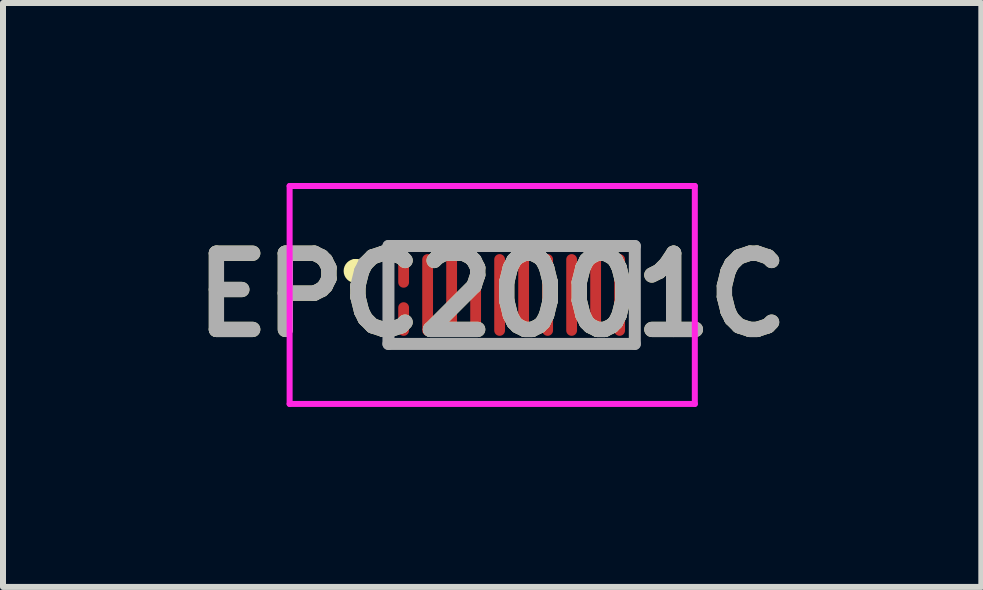
<source format=kicad_pcb>
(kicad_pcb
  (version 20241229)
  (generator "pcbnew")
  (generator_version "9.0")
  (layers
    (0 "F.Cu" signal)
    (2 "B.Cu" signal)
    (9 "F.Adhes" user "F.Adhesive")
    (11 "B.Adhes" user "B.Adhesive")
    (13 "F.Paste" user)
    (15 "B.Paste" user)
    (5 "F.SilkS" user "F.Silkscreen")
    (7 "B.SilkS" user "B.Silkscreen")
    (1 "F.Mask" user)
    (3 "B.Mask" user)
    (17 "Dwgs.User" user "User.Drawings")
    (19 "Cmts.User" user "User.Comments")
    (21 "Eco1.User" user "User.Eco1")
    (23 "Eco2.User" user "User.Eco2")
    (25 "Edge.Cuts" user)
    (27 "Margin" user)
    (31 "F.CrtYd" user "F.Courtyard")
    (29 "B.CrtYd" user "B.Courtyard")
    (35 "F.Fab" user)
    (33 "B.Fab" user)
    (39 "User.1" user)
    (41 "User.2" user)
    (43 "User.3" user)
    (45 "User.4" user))
  (footprint "EPC2001C"
    (layer "F.Cu")
    (at 5.477 1.866)
    (property "Reference" "EPC2001C" (at -0.324 0 0) (layer "F.SilkS") (effects (font (size 1.27 1.27) (thickness 0.254))))
    (attr smd)
    (fp_line (start -2.6 -0.5) (end -2.6 -0.5) (stroke (width 0.2) (type solid)) (layer "F.SilkS"))
    (fp_line (start -2.6 -0.3) (end -2.6 -0.3) (stroke (width 0.2) (type solid)) (layer "F.SilkS"))
    (fp_arc (start -2.6 -0.5) (mid -2.5 -0.4) (end -2.6 -0.3) (stroke (width 0.2) (type solid)) (layer "F.SilkS"))
    (fp_arc (start -2.6 -0.3) (mid -2.7 -0.4) (end -2.6 -0.5) (stroke (width 0.2) (type solid)) (layer "F.SilkS"))
    (fp_line (start -3.7 -1.816) (end 3.053 -1.816) (stroke (width 0.1) (type solid)) (layer "F.CrtYd"))
    (fp_line (start -3.7 1.816) (end -3.7 -1.816) (stroke (width 0.1) (type solid)) (layer "F.CrtYd"))
    (fp_line (start 3.053 -1.816) (end 3.053 1.816) (stroke (width 0.1) (type solid)) (layer "F.CrtYd"))
    (fp_line (start 3.053 1.816) (end -3.7 1.816) (stroke (width 0.1) (type solid)) (layer "F.CrtYd"))
    (fp_line (start -2.053 -0.816) (end 2.053 -0.816) (stroke (width 0.2) (type solid)) (layer "F.Fab"))
    (fp_line (start -2.053 0.816) (end -2.053 -0.816) (stroke (width 0.2) (type solid)) (layer "F.Fab"))
    (fp_line (start 2.053 -0.816) (end 2.053 0.816) (stroke (width 0.2) (type solid)) (layer "F.Fab"))
    (fp_line (start 2.053 0.816) (end -2.053 0.816) (stroke (width 0.2) (type solid)) (layer "F.Fab"))
    (fp_text user "${REFERENCE}" (at -0.324 0 0) (layer "F.Fab") (effects (font (size 1.27 1.27) (thickness 0.254))))
    (pad "1" smd oval (at -1.8 -0.401) (size 0.18 0.56) (layers "F.Cu" "F.Mask" "F.Paste"))
    (pad "2" smd oval (at -1.8 0.401) (size 0.18 0.56) (layers "F.Cu" "F.Mask" "F.Paste"))
    (pad "3" smd oval (at -1.4 0) (size 0.18 1.362) (layers "F.Cu" "F.Mask" "F.Paste"))
    (pad "4" smd oval (at -1 0) (size 0.18 1.362) (layers "F.Cu" "F.Mask" "F.Paste"))
    (pad "5" smd oval (at -0.6 0) (size 0.18 1.362) (layers "F.Cu" "F.Mask" "F.Paste"))
    (pad "6" smd oval (at -0.2 0) (size 0.18 1.362) (layers "F.Cu" "F.Mask" "F.Paste"))
    (pad "7" smd oval (at 0.2 0) (size 0.18 1.362) (layers "F.Cu" "F.Mask" "F.Paste"))
    (pad "8" smd oval (at 0.6 0) (size 0.18 1.362) (layers "F.Cu" "F.Mask" "F.Paste"))
    (pad "9" smd oval (at 1 0) (size 0.18 1.362) (layers "F.Cu" "F.Mask" "F.Paste"))
    (pad "10" smd oval (at 1.4 0) (size 0.18 1.362) (layers "F.Cu" "F.Mask" "F.Paste"))
    (pad "11" smd oval (at 1.8 0) (size 0.18 1.362) (layers "F.Cu" "F.Mask" "F.Paste")))
  (gr_rect
    (start -3 -3)
    (end 13.305 6.732)
    (stroke (width 0.1) (type default))
    (fill no)
    (layer "Edge.Cuts")))
</source>
